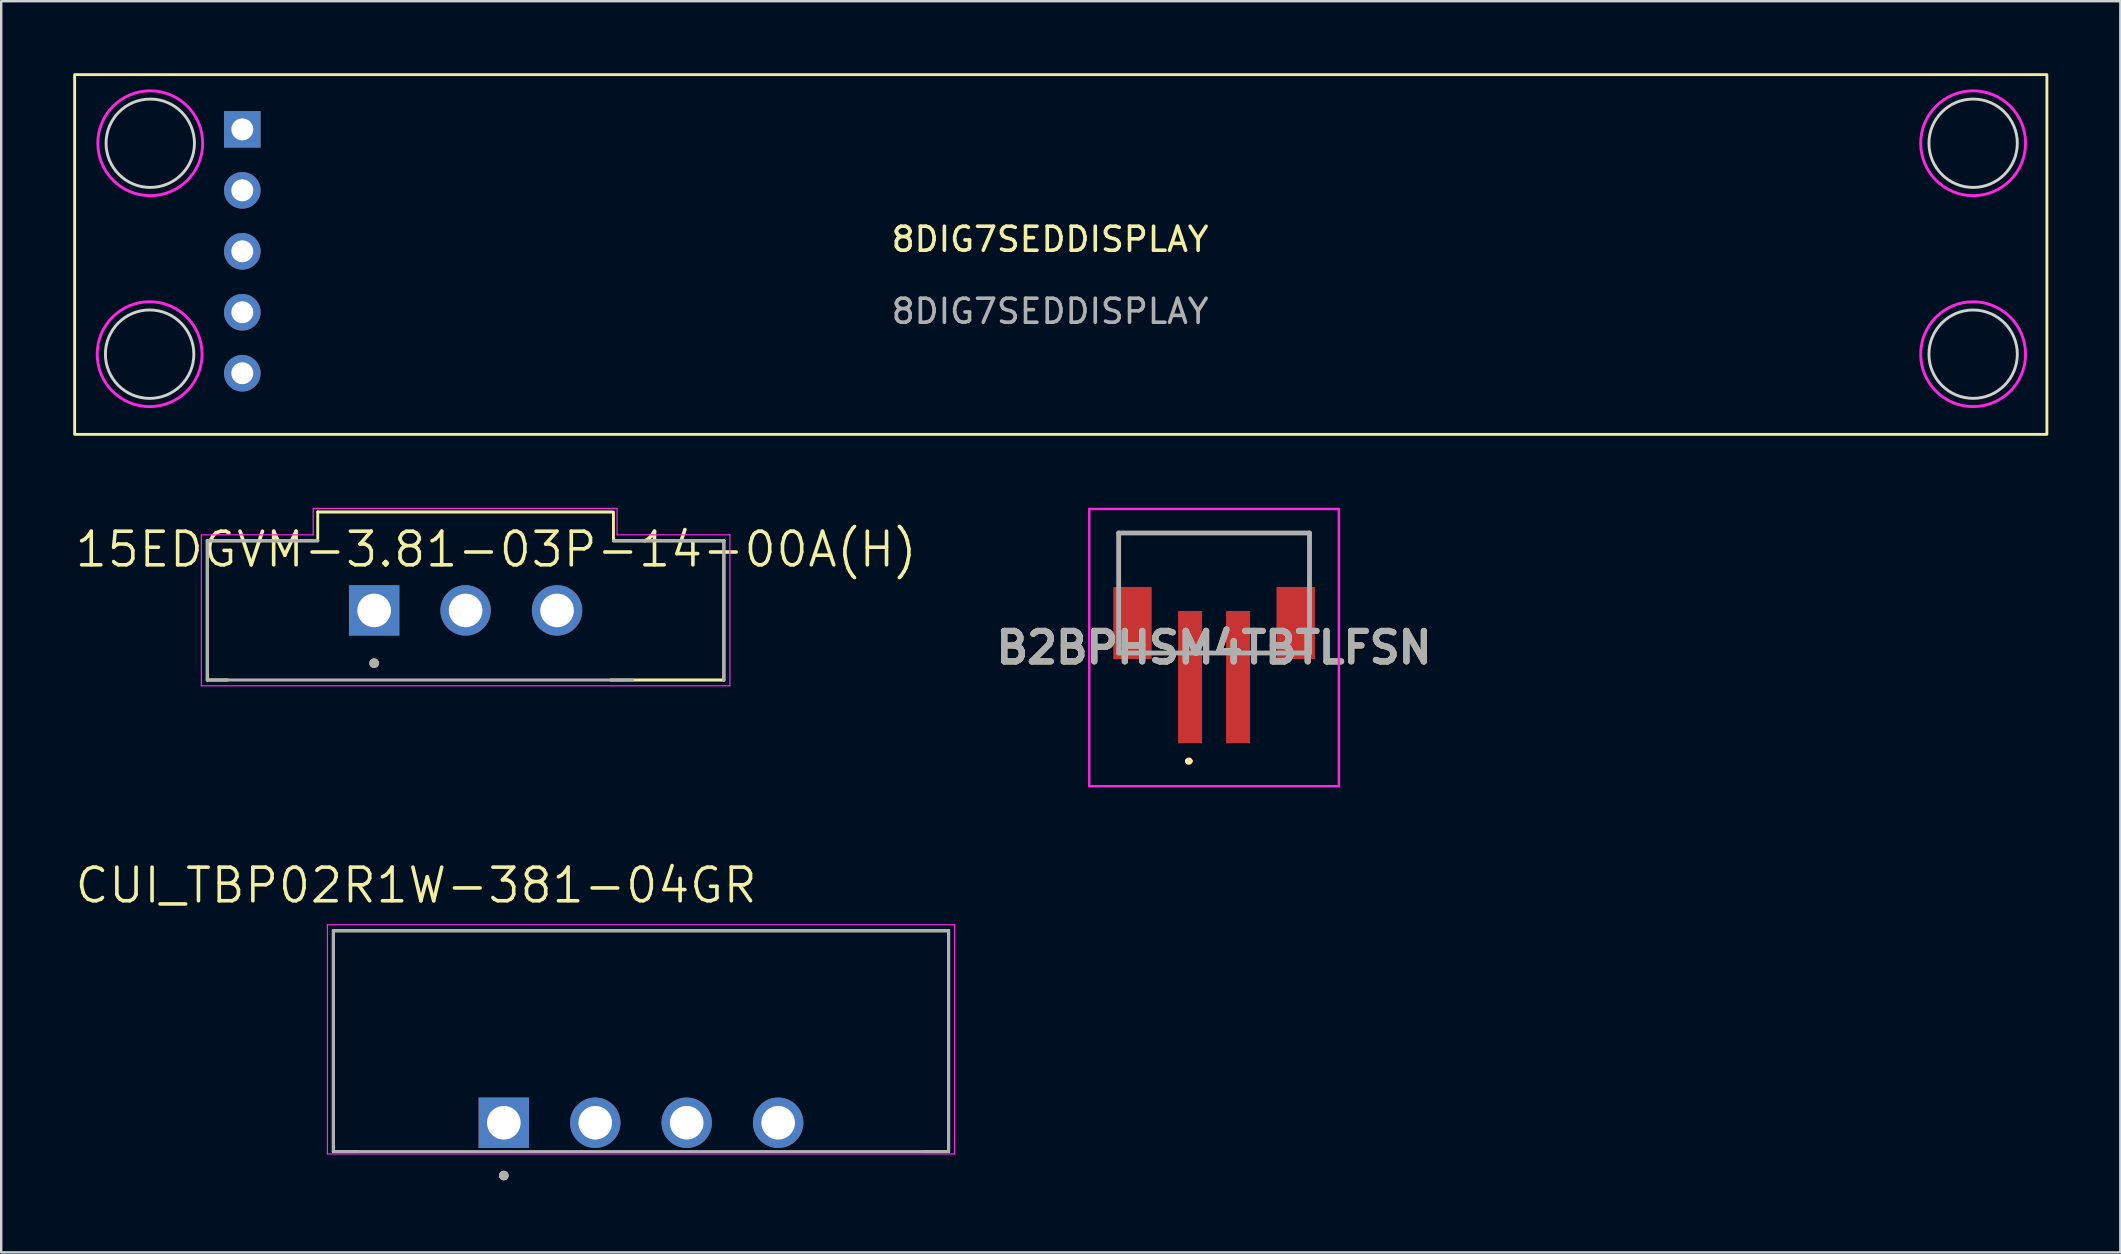
<source format=kicad_pcb>
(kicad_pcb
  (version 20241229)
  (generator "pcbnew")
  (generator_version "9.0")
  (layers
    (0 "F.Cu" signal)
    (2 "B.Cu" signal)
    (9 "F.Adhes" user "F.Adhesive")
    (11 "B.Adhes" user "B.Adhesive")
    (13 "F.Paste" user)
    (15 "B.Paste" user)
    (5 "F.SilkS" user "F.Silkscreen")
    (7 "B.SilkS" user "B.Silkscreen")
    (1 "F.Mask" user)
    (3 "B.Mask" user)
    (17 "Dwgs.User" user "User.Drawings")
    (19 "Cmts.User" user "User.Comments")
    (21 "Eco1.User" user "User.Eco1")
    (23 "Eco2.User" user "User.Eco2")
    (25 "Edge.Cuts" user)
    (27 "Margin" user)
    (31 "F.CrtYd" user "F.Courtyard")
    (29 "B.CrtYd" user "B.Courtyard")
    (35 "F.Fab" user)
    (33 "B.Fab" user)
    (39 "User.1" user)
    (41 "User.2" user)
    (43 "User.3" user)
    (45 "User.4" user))
  (footprint "8DIG7SEDDISPLAY"
    (layer "F.Cu")
    (at 40.7 7.42)
    (property "Reference" "8DIG7SEDDISPLAY" (at 0 -0.5 0) (unlocked yes) (layer "F.SilkS") (effects (font (size 1 1) (thickness 0.15))))
    (attr through_hole)
    (fp_rect (start -40.64 7.626) (end 41.529 -7.36) (stroke (width 0.12) (type solid)) (fill no) (layer "F.SilkS"))
    (fp_circle (center -37.516 4.286) (end -35.674 4.286) (stroke (width 0.12) (type solid)) (fill no) (layer "Edge.Cuts"))
    (fp_circle (center -37.49 -4.502) (end -35.649 -4.502) (stroke (width 0.12) (type solid)) (fill no) (layer "Edge.Cuts"))
    (fp_circle (center 38.456 -4.502) (end 40.297 -4.502) (stroke (width 0.12) (type solid)) (fill no) (layer "Edge.Cuts"))
    (fp_circle (center 38.456 4.286) (end 40.297 4.286) (stroke (width 0.12) (type solid)) (fill no) (layer "Edge.Cuts"))
    (fp_circle (center -37.516 4.286) (end -35.331 4.286) (stroke (width 0.12) (type solid)) (fill no) (layer "F.CrtYd"))
    (fp_circle (center -37.49 -4.502) (end -35.306 -4.502) (stroke (width 0.12) (type solid)) (fill no) (layer "F.CrtYd"))
    (fp_circle (center 38.456 -4.502) (end 40.64 -4.502) (stroke (width 0.12) (type solid)) (fill no) (layer "F.CrtYd"))
    (fp_circle (center 38.456 4.286) (end 40.64 4.286) (stroke (width 0.12) (type solid)) (fill no) (layer "F.CrtYd"))
    (fp_text user "${REFERENCE}" (at 0 2.5 0) (unlocked yes) (layer "F.Fab") (effects (font (size 1 1) (thickness 0.15))))
    (pad "1" thru_hole circle (at -33.655 5.08) (size 1.524 1.524) (drill 0.914) (layers "*.Cu" "*.Mask"))
    (pad "2" thru_hole circle (at -33.655 2.54) (size 1.524 1.524) (drill 0.914) (layers "*.Cu" "*.Mask"))
    (pad "3" thru_hole circle (at -33.655 0) (size 1.524 1.524) (drill 0.914) (layers "*.Cu" "*.Mask"))
    (pad "4" thru_hole circle (at -33.655 -2.54) (size 1.524 1.524) (drill 0.914) (layers "*.Cu" "*.Mask"))
    (pad "5" thru_hole rect (at -33.655 -5.08) (size 1.524 1.524) (drill 0.914) (layers "*.Cu" "*.Mask")))
  (footprint "CUI_TBP02R1W-381-04GR"
    (layer "F.Cu")
    (at 17.94 43.727)
    (property "Reference" "CUI_TBP02R1W-381-04GR" (at -3.655 -9.889 0) (layer "F.SilkS") (effects (font (size 1.4 1.4) (thickness 0.15))))
    (attr through_hole)
    (fp_line (start -7.1 -8) (end 18.53 -8) (stroke (width 0.127) (type solid)) (layer "F.SilkS"))
    (fp_line (start -7.1 1.2) (end -7.1 -8) (stroke (width 0.127) (type solid)) (layer "F.SilkS"))
    (fp_line (start -7.1 1.2) (end -6.1 1.2) (stroke (width 0.127) (type solid)) (layer "F.SilkS"))
    (fp_line (start 18.53 -8) (end 18.53 1.2) (stroke (width 0.127) (type solid)) (layer "F.SilkS"))
    (fp_line (start 18.53 1.2) (end 17.53 1.2) (stroke (width 0.127) (type solid)) (layer "F.SilkS"))
    (fp_circle (center 0 2.2) (end 0.1 2.2) (stroke (width 0.2) (type solid)) (fill no) (layer "F.SilkS"))
    (fp_line (start -7.35 -8.25) (end 18.78 -8.25) (stroke (width 0.05) (type solid)) (layer "F.CrtYd"))
    (fp_line (start -7.35 1.3) (end -7.35 -8.25) (stroke (width 0.05) (type solid)) (layer "F.CrtYd"))
    (fp_line (start 18.78 -8.25) (end 18.78 1.3) (stroke (width 0.05) (type solid)) (layer "F.CrtYd"))
    (fp_line (start 18.78 1.3) (end -7.35 1.3) (stroke (width 0.05) (type solid)) (layer "F.CrtYd"))
    (fp_line (start -7.1 -8) (end 18.53 -8) (stroke (width 0.127) (type solid)) (layer "F.Fab"))
    (fp_line (start -7.1 1.2) (end -7.1 -8) (stroke (width 0.127) (type solid)) (layer "F.Fab"))
    (fp_line (start 18.53 -8) (end 18.53 1.2) (stroke (width 0.127) (type solid)) (layer "F.Fab"))
    (fp_line (start 18.53 1.2) (end -7.1 1.2) (stroke (width 0.127) (type solid)) (layer "F.Fab"))
    (fp_circle (center 0 2.2) (end 0.1 2.2) (stroke (width 0.2) (type solid)) (fill no) (layer "F.Fab"))
    (pad "1" thru_hole rect (at 0 0) (size 2.1 2.1) (drill 1.4) (layers "*.Cu" "*.Mask"))
    (pad "2" thru_hole circle (at 3.81 0) (size 2.1 2.1) (drill 1.4) (layers "*.Cu" "*.Mask"))
    (pad "3" thru_hole circle (at 7.62 0) (size 2.1 2.1) (drill 1.4) (layers "*.Cu" "*.Mask"))
    (pad "4" thru_hole circle (at 11.43 0) (size 2.1 2.1) (drill 1.4) (layers "*.Cu" "*.Mask")))
  (footprint "15EDGVM-3.81-03P-14-00A(H)"
    (layer "F.Cu")
    (at 12.538 22.381)
    (property "Reference" "15EDGVM-3.81-03P-14-00A(H)" (at 5.08 -2.54 0) (layer "F.SilkS") (effects (font (size 1.4 1.4) (thickness 0.15))))
    (attr through_hole)
    (fp_line (start -6.95 -2.9) (end -2.35 -2.9) (stroke (width 0.127) (type solid)) (layer "F.SilkS"))
    (fp_line (start -6.95 2.9) (end -6.95 -2.9) (stroke (width 0.127) (type solid)) (layer "F.SilkS"))
    (fp_line (start -6.95 2.9) (end -6.1 2.9) (stroke (width 0.127) (type solid)) (layer "F.SilkS"))
    (fp_line (start -2.35 -4.1) (end -2.35 -2.9) (stroke (width 0.12) (type solid)) (layer "F.SilkS"))
    (fp_line (start -2.35 -4.1) (end 9.91 -4.1) (stroke (width 0.127) (type solid)) (layer "F.SilkS"))
    (fp_line (start 9.97 -4.1) (end 9.97 -2.9) (stroke (width 0.12) (type solid)) (layer "F.SilkS"))
    (fp_line (start 9.97 -2.9) (end 14.57 -2.9) (stroke (width 0.127) (type solid)) (layer "F.SilkS"))
    (fp_line (start 14.57 -2.9) (end 14.57 2.9) (stroke (width 0.127) (type solid)) (layer "F.SilkS"))
    (fp_line (start 14.57 2.9) (end 9.85 2.9) (stroke (width 0.127) (type solid)) (layer "F.SilkS"))
    (fp_circle (center 0 2.2) (end 0.1 2.2) (stroke (width 0.2) (type solid)) (fill no) (layer "F.SilkS"))
    (fp_line (start -7.2 -3.15) (end -2.54 -3.15) (stroke (width 0.05) (type solid)) (layer "F.CrtYd"))
    (fp_line (start -7.2 3.14) (end -7.2 -3.15) (stroke (width 0.05) (type solid)) (layer "F.CrtYd"))
    (fp_line (start -2.54 -4.25) (end -2.54 -3.15) (stroke (width 0.05) (type solid)) (layer "F.CrtYd"))
    (fp_line (start -2.53 -4.25) (end 10.12 -4.25) (stroke (width 0.05) (type solid)) (layer "F.CrtYd"))
    (fp_line (start 10.12 -4.25) (end 10.12 -3.15) (stroke (width 0.05) (type solid)) (layer "F.CrtYd"))
    (fp_line (start 10.12 -3.15) (end 14.82 -3.15) (stroke (width 0.05) (type solid)) (layer "F.CrtYd"))
    (fp_line (start 14.82 -3.15) (end 14.82 3.14) (stroke (width 0.05) (type solid)) (layer "F.CrtYd"))
    (fp_line (start 14.82 3.14) (end -7.2 3.14) (stroke (width 0.05) (type solid)) (layer "F.CrtYd"))
    (fp_line (start -6.95 -2.9) (end -2.35 -2.9) (stroke (width 0.127) (type solid)) (layer "F.Fab"))
    (fp_line (start -6.95 2.9) (end -6.95 -2.9) (stroke (width 0.127) (type solid)) (layer "F.Fab"))
    (fp_line (start 9.97 -2.9) (end 14.57 -2.9) (stroke (width 0.127) (type solid)) (layer "F.Fab"))
    (fp_line (start 10.76 2.9) (end -6.95 2.9) (stroke (width 0.127) (type solid)) (layer "F.Fab"))
    (fp_line (start 14.57 -2.9) (end 14.57 2.9) (stroke (width 0.127) (type solid)) (layer "F.Fab"))
    (fp_circle (center 0 2.2) (end 0.1 2.2) (stroke (width 0.2) (type solid)) (fill no) (layer "F.Fab"))
    (pad "1" thru_hole rect (at 0 0) (size 2.1 2.1) (drill 1.4) (layers "*.Cu" "*.Mask"))
    (pad "2" thru_hole circle (at 3.81 0) (size 2.1 2.1) (drill 1.4) (layers "*.Cu" "*.Mask"))
    (pad "3" thru_hole circle (at 7.62 0) (size 2.1 2.1) (drill 1.4) (layers "*.Cu" "*.Mask")))
  (footprint "B2BPHSM4TBTLFSN"
    (layer "F.Cu")
    (at 47.532 21.656)
    (property "Reference" "B2BPHSM4TBTLFSN" (at 0 2.275 0) (layer "F.SilkS") (effects (font (size 1.27 1.27) (thickness 0.254))))
    (attr smd)
    (fp_line (start -4 -2.5) (end -4 -0.75) (stroke (width 0.1) (type solid)) (layer "F.SilkS"))
    (fp_line (start -4 -0.75) (end -3.975 -0.75) (stroke (width 0.1) (type solid)) (layer "F.SilkS"))
    (fp_line (start -3.975 -2.5) (end -4 -2.5) (stroke (width 0.1) (type solid)) (layer "F.SilkS"))
    (fp_line (start -3.975 -2.5) (end -3.975 -2.5) (stroke (width 0.1) (type solid)) (layer "F.SilkS"))
    (fp_line (start -3.975 -2.5) (end 3.975 -2.5) (stroke (width 0.1) (type solid)) (layer "F.SilkS"))
    (fp_line (start -3.975 -0.75) (end -3.975 -2.5) (stroke (width 0.1) (type solid)) (layer "F.SilkS"))
    (fp_line (start -1.1 7) (end -1.1 7) (stroke (width 0.2) (type solid)) (layer "F.SilkS"))
    (fp_line (start -1.1 7) (end -1.1 7) (stroke (width 0.2) (type solid)) (layer "F.SilkS"))
    (fp_line (start -1 7) (end -1 7) (stroke (width 0.2) (type solid)) (layer "F.SilkS"))
    (fp_line (start 3.975 -2.5) (end -3.975 -2.5) (stroke (width 0.1) (type solid)) (layer "F.SilkS"))
    (fp_line (start 3.975 -2.5) (end 3.975 -2.5) (stroke (width 0.1) (type solid)) (layer "F.SilkS"))
    (fp_line (start 3.975 -2.5) (end 4 -2.5) (stroke (width 0.1) (type solid)) (layer "F.SilkS"))
    (fp_line (start 3.975 -0.75) (end 3.975 -2.5) (stroke (width 0.1) (type solid)) (layer "F.SilkS"))
    (fp_line (start 4 -2.5) (end 4 -0.75) (stroke (width 0.1) (type solid)) (layer "F.SilkS"))
    (fp_line (start 4 -0.75) (end 3.975 -0.75) (stroke (width 0.1) (type solid)) (layer "F.SilkS"))
    (fp_arc (start -1.1 7) (mid -1.05 6.95) (end -1 7) (stroke (width 0.2) (type solid)) (layer "F.SilkS"))
    (fp_arc (start -1 7) (mid -1.05 7.05) (end -1.1 7) (stroke (width 0.2) (type solid)) (layer "F.SilkS"))
    (fp_arc (start -1 7) (mid -1.05 7.05) (end -1.1 7) (stroke (width 0.2) (type solid)) (layer "F.SilkS"))
    (fp_line (start -5.2 -3.5) (end 5.2 -3.5) (stroke (width 0.1) (type solid)) (layer "F.CrtYd"))
    (fp_line (start -5.2 8.05) (end -5.2 -3.5) (stroke (width 0.1) (type solid)) (layer "F.CrtYd"))
    (fp_line (start 5.2 -3.5) (end 5.2 8.05) (stroke (width 0.1) (type solid)) (layer "F.CrtYd"))
    (fp_line (start 5.2 8.05) (end -5.2 8.05) (stroke (width 0.1) (type solid)) (layer "F.CrtYd"))
    (fp_line (start -3.975 -2.5) (end -3.975 2.5) (stroke (width 0.2) (type solid)) (layer "F.Fab"))
    (fp_line (start -3.975 2.5) (end 3.975 2.5) (stroke (width 0.2) (type solid)) (layer "F.Fab"))
    (fp_line (start 3.975 -2.5) (end -3.975 -2.5) (stroke (width 0.2) (type solid)) (layer "F.Fab"))
    (fp_line (start 3.975 2.5) (end 3.975 -2.5) (stroke (width 0.2) (type solid)) (layer "F.Fab"))
    (fp_text user "${REFERENCE}" (at 0 2.275 0) (layer "F.Fab") (effects (font (size 1.27 1.27) (thickness 0.254))))
    (pad "1" smd rect (at -1 3.5) (size 1 5.5) (layers "F.Cu" "F.Mask" "F.Paste"))
    (pad "2" smd rect (at 1 3.5) (size 1 5.5) (layers "F.Cu" "F.Mask" "F.Paste"))
    (pad "MP1" smd rect (at -3.4 1.25) (size 1.6 3) (layers "F.Cu" "F.Mask" "F.Paste"))
    (pad "MP2" smd rect (at 3.4 1.25) (size 1.6 3) (layers "F.Cu" "F.Mask" "F.Paste")))
  (gr_rect
    (start -3 -3)
    (end 85.289 49.127)
    (stroke (width 0.1) (type default))
    (fill no)
    (layer "Edge.Cuts")))
</source>
